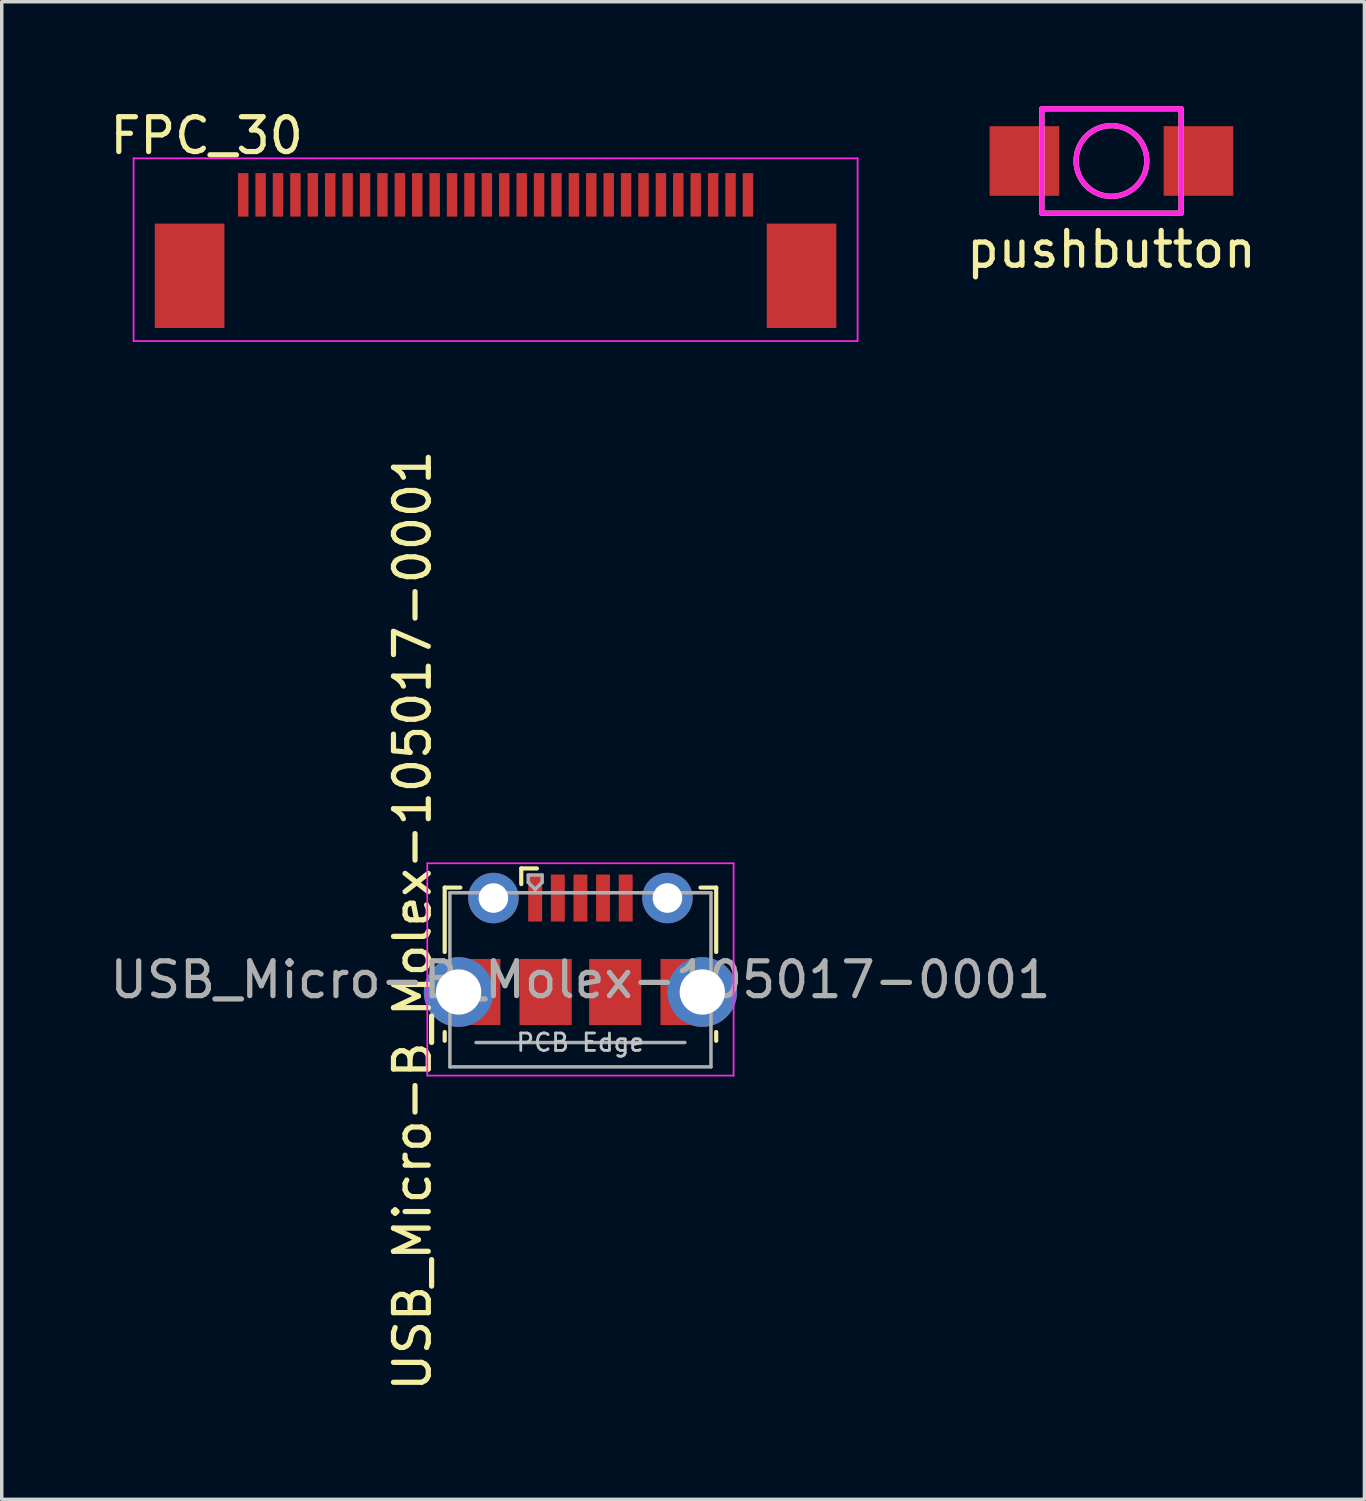
<source format=kicad_pcb>
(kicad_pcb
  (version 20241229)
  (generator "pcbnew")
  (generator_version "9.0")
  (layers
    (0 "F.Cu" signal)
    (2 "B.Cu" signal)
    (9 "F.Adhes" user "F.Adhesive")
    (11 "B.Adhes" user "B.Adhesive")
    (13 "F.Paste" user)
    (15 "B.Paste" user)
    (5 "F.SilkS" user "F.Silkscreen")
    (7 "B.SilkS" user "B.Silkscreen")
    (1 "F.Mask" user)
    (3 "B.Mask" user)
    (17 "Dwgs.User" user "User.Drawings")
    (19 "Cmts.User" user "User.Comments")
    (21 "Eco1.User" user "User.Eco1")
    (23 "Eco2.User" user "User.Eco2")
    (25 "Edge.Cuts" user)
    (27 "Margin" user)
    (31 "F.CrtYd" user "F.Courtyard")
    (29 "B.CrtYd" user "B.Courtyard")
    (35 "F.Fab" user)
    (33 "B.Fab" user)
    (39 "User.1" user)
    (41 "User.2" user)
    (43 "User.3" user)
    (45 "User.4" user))
  (footprint "pushbutton"
    (layer "F.Cu")
    (at 28.88 1.575)
    (property "Reference" "pushbutton" (at 0 2.54 0) (layer "F.SilkS") (effects (font (size 1 1) (thickness 0.15))))
    (attr through_hole)
    (fp_line (start -2 -1.5) (end 2 -1.5) (stroke (width 0.15) (type solid)) (layer "F.SilkS"))
    (fp_line (start -2 1.5) (end -2 -1.5) (stroke (width 0.15) (type solid)) (layer "F.SilkS"))
    (fp_line (start 2 -1.5) (end 2 1.5) (stroke (width 0.15) (type solid)) (layer "F.SilkS"))
    (fp_line (start 2 1.5) (end -2 1.5) (stroke (width 0.15) (type solid)) (layer "F.SilkS"))
    (fp_circle (center 0 0) (end 1.016 0) (stroke (width 0.15) (type solid)) (fill no) (layer "F.SilkS"))
    (fp_line (start -2 -1.5) (end 2 -1.5) (stroke (width 0.15) (type solid)) (layer "F.CrtYd"))
    (fp_line (start -2 1.5) (end -2 -1.5) (stroke (width 0.15) (type solid)) (layer "F.CrtYd"))
    (fp_line (start 2 -1.5) (end 2 1.5) (stroke (width 0.15) (type solid)) (layer "F.CrtYd"))
    (fp_line (start 2 1.5) (end -2 1.5) (stroke (width 0.15) (type solid)) (layer "F.CrtYd"))
    (fp_circle (center 0 0) (end 0 -1.016) (stroke (width 0.15) (type solid)) (fill no) (layer "F.CrtYd"))
    (pad "1" smd rect (at -2.5 0) (size 2 2) (layers "F.Cu" "F.Mask" "F.Paste"))
    (pad "2" smd rect (at 2.5 0) (size 2 2) (layers "F.Cu" "F.Mask" "F.Paste")))
  (footprint "USB_Micro-B_Molex-105017-0001"
    (layer "F.Cu")
    (at 13.625 24.211)
    (property "Reference" "USB_Micro-B_Molex-105017-0001" (at -4.826 -0.813 270) (layer "F.SilkS") (effects (font (size 1 1) (thickness 0.15))))
    (attr smd)
    (fp_line (start -3.9 -1.762) (end -3.45 -1.762) (stroke (width 0.12) (type solid)) (layer "F.SilkS"))
    (fp_line (start -3.9 0.087) (end -3.9 -1.762) (stroke (width 0.12) (type solid)) (layer "F.SilkS"))
    (fp_line (start -3.9 2.638) (end -3.9 2.388) (stroke (width 0.12) (type solid)) (layer "F.SilkS"))
    (fp_line (start -1.7 -2.312) (end -1.7 -1.863) (stroke (width 0.12) (type solid)) (layer "F.SilkS"))
    (fp_line (start -1.7 -2.312) (end -1.25 -2.312) (stroke (width 0.12) (type solid)) (layer "F.SilkS"))
    (fp_line (start 3.9 -1.762) (end 3.45 -1.762) (stroke (width 0.12) (type solid)) (layer "F.SilkS"))
    (fp_line (start 3.9 0.087) (end 3.9 -1.762) (stroke (width 0.12) (type solid)) (layer "F.SilkS"))
    (fp_line (start 3.9 2.638) (end 3.9 2.388) (stroke (width 0.12) (type solid)) (layer "F.SilkS"))
    (fp_line (start -4.4 -2.46) (end 4.4 -2.46) (stroke (width 0.05) (type solid)) (layer "F.CrtYd"))
    (fp_line (start -4.4 3.64) (end -4.4 -2.46) (stroke (width 0.05) (type solid)) (layer "F.CrtYd"))
    (fp_line (start -4.4 3.64) (end 4.4 3.64) (stroke (width 0.05) (type solid)) (layer "F.CrtYd"))
    (fp_line (start 4.4 -2.46) (end 4.4 3.64) (stroke (width 0.05) (type solid)) (layer "F.CrtYd"))
    (fp_line (start -3.75 -1.613) (end 3.75 -1.613) (stroke (width 0.1) (type solid)) (layer "F.Fab"))
    (fp_line (start -3.75 3.388) (end -3.75 -1.613) (stroke (width 0.1) (type solid)) (layer "F.Fab"))
    (fp_line (start -3.75 3.389) (end 3.75 3.389) (stroke (width 0.1) (type solid)) (layer "F.Fab"))
    (fp_line (start -3 2.689) (end 3 2.689) (stroke (width 0.1) (type solid)) (layer "F.Fab"))
    (fp_line (start -1.5 -2.123) (end -1.5 -1.913) (stroke (width 0.1) (type solid)) (layer "F.Fab"))
    (fp_line (start -1.5 -2.123) (end -1.1 -2.123) (stroke (width 0.1) (type solid)) (layer "F.Fab"))
    (fp_line (start -1.3 -1.712) (end -1.5 -1.913) (stroke (width 0.1) (type solid)) (layer "F.Fab"))
    (fp_line (start -1.1 -2.123) (end -1.1 -1.913) (stroke (width 0.1) (type solid)) (layer "F.Fab"))
    (fp_line (start -1.1 -1.913) (end -1.3 -1.712) (stroke (width 0.1) (type solid)) (layer "F.Fab"))
    (fp_line (start 3.75 3.388) (end 3.75 -1.613) (stroke (width 0.1) (type solid)) (layer "F.Fab"))
    (fp_text user "PCB Edge" (at 0 2.688 0) (layer "Dwgs.User") (effects (font (size 0.5 0.5) (thickness 0.08))))
    (fp_text user "${REFERENCE}" (at 0 0.887 0) (layer "F.Fab") (effects (font (size 1 1) (thickness 0.15))))
    (pad "1" smd rect (at -1.3 -1.462) (size 0.4 1.35) (layers "F.Cu" "F.Mask" "F.Paste"))
    (pad "2" smd rect (at -0.65 -1.462) (size 0.4 1.35) (layers "F.Cu" "F.Mask" "F.Paste"))
    (pad "3" smd rect (at 0 -1.462) (size 0.4 1.35) (layers "F.Cu" "F.Mask" "F.Paste"))
    (pad "4" smd rect (at 0.65 -1.462) (size 0.4 1.35) (layers "F.Cu" "F.Mask" "F.Paste"))
    (pad "5" smd rect (at 1.3 -1.462) (size 0.4 1.35) (layers "F.Cu" "F.Mask" "F.Paste"))
    (pad "6" thru_hole circle (at -3.5 1.238 180) (size 2 2) (drill 1.3) (layers "*.Cu" "*.Mask"))
    (pad "6" smd rect (at -2.9 1.238) (size 1.2 1.9) (layers "F.Cu" "F.Mask"))
    (pad "6" thru_hole circle (at -2.5 -1.462) (size 1.45 1.45) (drill 0.85) (layers "*.Cu" "*.Mask"))
    (pad "6" smd rect (at -1 1.238) (size 1.5 1.9) (layers "F.Cu" "F.Mask" "F.Paste"))
    (pad "6" smd rect (at 1 1.238) (size 1.5 1.9) (layers "F.Cu" "F.Mask" "F.Paste"))
    (pad "6" thru_hole circle (at 2.5 -1.462) (size 1.45 1.45) (drill 0.85) (layers "*.Cu" "*.Mask"))
    (pad "6" smd rect (at 2.9 1.238) (size 1.2 1.9) (layers "F.Cu" "F.Mask"))
    (pad "6" thru_hole circle (at 3.5 1.238) (size 2 2) (drill 1.3) (layers "*.Cu" "*.Mask")))
  (footprint "FPC_30"
    (layer "F.Cu")
    (at 11.187 2.548)
    (property "Reference" "FPC_30" (at -8.3 -1.7 0) (layer "F.SilkS") (effects (font (size 1 1) (thickness 0.15))))
    (attr smd)
    (fp_line (start -10.4 -1.05) (end -10.4 4.2) (stroke (width 0.05) (type solid)) (layer "F.CrtYd"))
    (fp_line (start -10.4 -1.05) (end 10.4 -1.05) (stroke (width 0.05) (type solid)) (layer "F.CrtYd"))
    (fp_line (start -10.4 4.2) (end 10.4 4.2) (stroke (width 0.05) (type solid)) (layer "F.CrtYd"))
    (fp_line (start 10.4 -1.05) (end 10.4 4.2) (stroke (width 0.05) (type solid)) (layer "F.CrtYd"))
    (pad "1" smd rect (at -7.25 0) (size 0.3 1.25) (layers "F.Cu" "F.Mask" "F.Paste"))
    (pad "2" smd rect (at -6.75 0) (size 0.3 1.25) (layers "F.Cu" "F.Mask" "F.Paste"))
    (pad "3" smd rect (at -6.25 0) (size 0.3 1.25) (layers "F.Cu" "F.Mask" "F.Paste"))
    (pad "4" smd rect (at -5.75 0) (size 0.3 1.25) (layers "F.Cu" "F.Mask" "F.Paste"))
    (pad "5" smd rect (at -5.25 0) (size 0.3 1.25) (layers "F.Cu" "F.Mask" "F.Paste"))
    (pad "6" smd rect (at -4.75 0) (size 0.3 1.25) (layers "F.Cu" "F.Mask" "F.Paste"))
    (pad "7" smd rect (at -4.25 0) (size 0.3 1.25) (layers "F.Cu" "F.Mask" "F.Paste"))
    (pad "8" smd rect (at -3.75 0) (size 0.3 1.25) (layers "F.Cu" "F.Mask" "F.Paste"))
    (pad "9" smd rect (at -3.25 0) (size 0.3 1.25) (layers "F.Cu" "F.Mask" "F.Paste"))
    (pad "10" smd rect (at -2.75 0) (size 0.3 1.25) (layers "F.Cu" "F.Mask" "F.Paste"))
    (pad "11" smd rect (at -2.25 0) (size 0.3 1.25) (layers "F.Cu" "F.Mask" "F.Paste"))
    (pad "12" smd rect (at -1.75 0) (size 0.3 1.25) (layers "F.Cu" "F.Mask" "F.Paste"))
    (pad "13" smd rect (at -1.25 0) (size 0.3 1.25) (layers "F.Cu" "F.Mask" "F.Paste"))
    (pad "14" smd rect (at -0.75 0) (size 0.3 1.25) (layers "F.Cu" "F.Mask" "F.Paste"))
    (pad "15" smd rect (at -0.25 0) (size 0.3 1.25) (layers "F.Cu" "F.Mask" "F.Paste"))
    (pad "16" smd rect (at 0.25 0) (size 0.3 1.25) (layers "F.Cu" "F.Mask" "F.Paste"))
    (pad "17" smd rect (at 0.75 0) (size 0.3 1.25) (layers "F.Cu" "F.Mask" "F.Paste"))
    (pad "18" smd rect (at 1.25 0) (size 0.3 1.25) (layers "F.Cu" "F.Mask" "F.Paste"))
    (pad "19" smd rect (at 1.75 0) (size 0.3 1.25) (layers "F.Cu" "F.Mask" "F.Paste"))
    (pad "20" smd rect (at 2.25 0) (size 0.3 1.25) (layers "F.Cu" "F.Mask" "F.Paste"))
    (pad "21" smd rect (at 2.75 0) (size 0.3 1.25) (layers "F.Cu" "F.Mask" "F.Paste"))
    (pad "22" smd rect (at 3.25 0) (size 0.3 1.25) (layers "F.Cu" "F.Mask" "F.Paste"))
    (pad "23" smd rect (at 3.75 0) (size 0.3 1.25) (layers "F.Cu" "F.Mask" "F.Paste"))
    (pad "24" smd rect (at 4.25 0) (size 0.3 1.25) (layers "F.Cu" "F.Mask" "F.Paste"))
    (pad "25" smd rect (at 4.75 0) (size 0.3 1.25) (layers "F.Cu" "F.Mask" "F.Paste"))
    (pad "26" smd rect (at 5.25 0) (size 0.3 1.25) (layers "F.Cu" "F.Mask" "F.Paste"))
    (pad "27" smd rect (at 5.75 0) (size 0.3 1.25) (layers "F.Cu" "F.Mask" "F.Paste"))
    (pad "28" smd rect (at 6.25 0) (size 0.3 1.25) (layers "F.Cu" "F.Mask" "F.Paste"))
    (pad "29" smd rect (at 6.75 0) (size 0.3 1.25) (layers "F.Cu" "F.Mask" "F.Paste"))
    (pad "30" smd rect (at 7.25 0) (size 0.3 1.25) (layers "F.Cu" "F.Mask" "F.Paste"))
    (pad "MP" smd rect (at -8.79 2.325) (size 2 3) (layers "F.Cu" "F.Mask" "F.Paste"))
    (pad "MP" smd rect (at 8.79 2.325) (size 2 3) (layers "F.Cu" "F.Mask" "F.Paste")))
  (gr_rect
    (start -3 -3)
    (end 36.148 40.023)
    (stroke (width 0.1) (type default))
    (fill no)
    (layer "Edge.Cuts")))
</source>
